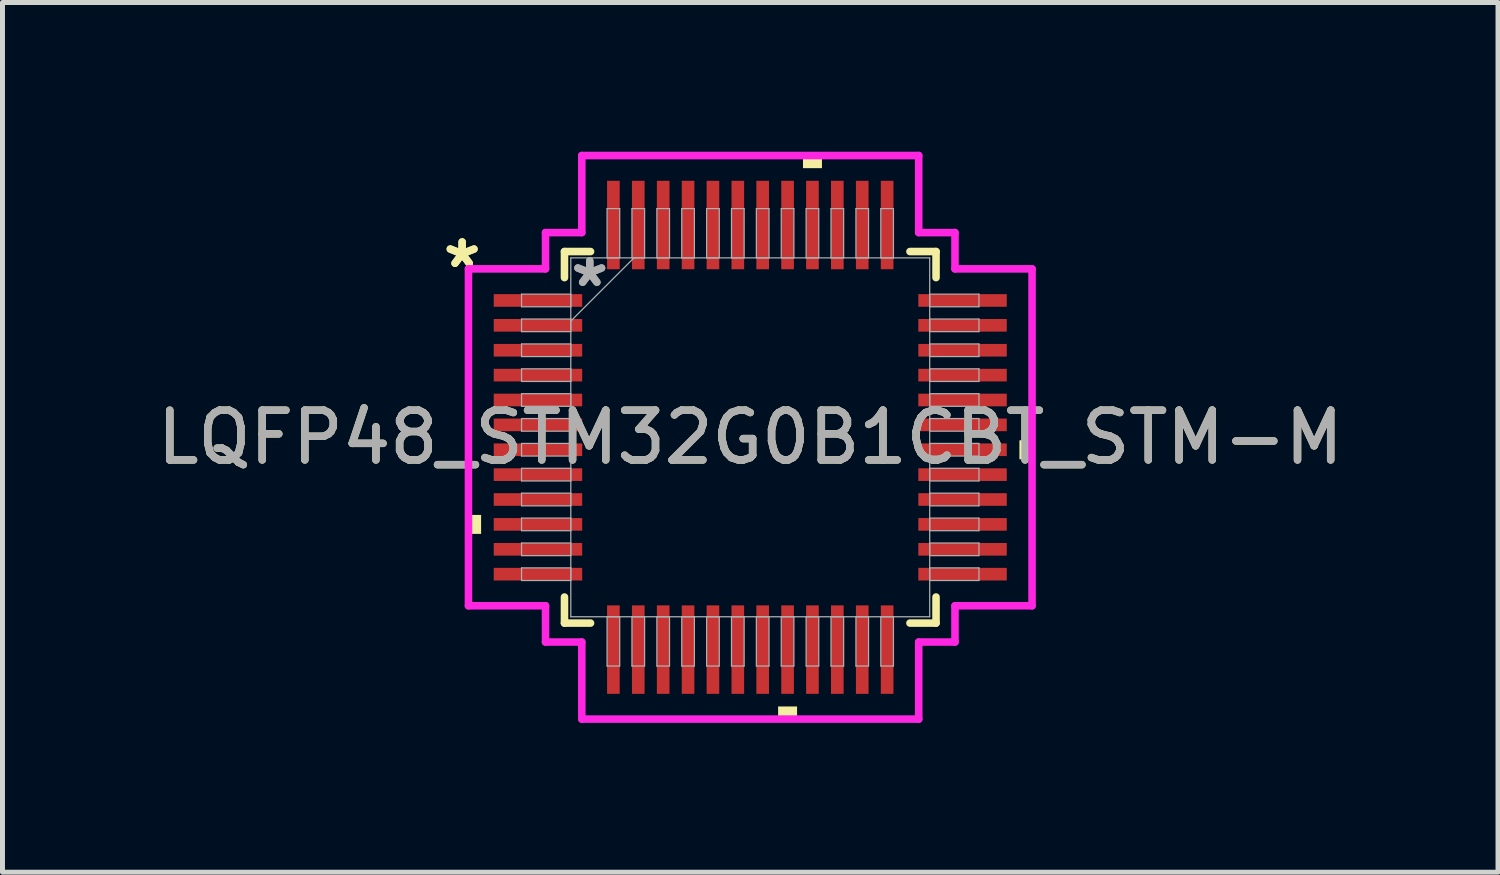
<source format=kicad_pcb>
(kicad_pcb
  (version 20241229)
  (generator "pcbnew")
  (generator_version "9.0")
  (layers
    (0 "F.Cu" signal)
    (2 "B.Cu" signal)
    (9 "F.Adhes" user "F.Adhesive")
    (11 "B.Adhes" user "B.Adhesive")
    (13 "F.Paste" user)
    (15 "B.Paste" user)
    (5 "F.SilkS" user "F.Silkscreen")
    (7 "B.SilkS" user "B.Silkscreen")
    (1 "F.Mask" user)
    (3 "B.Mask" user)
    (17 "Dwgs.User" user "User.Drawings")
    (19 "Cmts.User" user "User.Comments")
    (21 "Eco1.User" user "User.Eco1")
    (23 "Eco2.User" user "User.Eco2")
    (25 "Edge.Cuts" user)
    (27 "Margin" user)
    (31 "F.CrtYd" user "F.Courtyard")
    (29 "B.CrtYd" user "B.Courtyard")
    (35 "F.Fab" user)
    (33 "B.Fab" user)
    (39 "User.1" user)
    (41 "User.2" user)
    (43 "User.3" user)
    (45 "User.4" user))
  (footprint "LQFP48_STM32G0B1CBT_STM-M"
    (layer "F.Cu")
    (at 12.03 5.74)
    (property "Reference" "LQFP48_STM32G0B1CBT_STM-M" (at 0 0 0) (unlocked yes) (layer "F.SilkS") (effects (font (size 1 1) (thickness 0.15))))
    (attr smd)
    (fp_line (start -3.734 -3.734) (end -3.734 -3.21) (stroke (width 0.152) (type solid)) (layer "F.SilkS"))
    (fp_line (start -3.734 3.21) (end -3.734 3.734) (stroke (width 0.152) (type solid)) (layer "F.SilkS"))
    (fp_line (start -3.734 3.734) (end -3.21 3.734) (stroke (width 0.152) (type solid)) (layer "F.SilkS"))
    (fp_line (start -3.21 -3.734) (end -3.734 -3.734) (stroke (width 0.152) (type solid)) (layer "F.SilkS"))
    (fp_line (start 3.21 3.734) (end 3.734 3.734) (stroke (width 0.152) (type solid)) (layer "F.SilkS"))
    (fp_line (start 3.734 -3.734) (end 3.21 -3.734) (stroke (width 0.152) (type solid)) (layer "F.SilkS"))
    (fp_line (start 3.734 -3.21) (end 3.734 -3.734) (stroke (width 0.152) (type solid)) (layer "F.SilkS"))
    (fp_line (start 3.734 3.734) (end 3.734 3.21) (stroke (width 0.152) (type solid)) (layer "F.SilkS"))
    (fp_poly (pts (xy -5.664 1.56) (xy -5.664 1.941) (xy -5.41 1.941) (xy -5.41 1.56)) (stroke (width 0) (type solid)) (fill yes) (layer "F.SilkS"))
    (fp_poly (pts (xy 0.56 5.41) (xy 0.56 5.664) (xy 0.941 5.664) (xy 0.941 5.41)) (stroke (width 0) (type solid)) (fill yes) (layer "F.SilkS"))
    (fp_poly (pts (xy 1.06 -5.41) (xy 1.06 -5.664) (xy 1.441 -5.664) (xy 1.441 -5.41)) (stroke (width 0) (type solid)) (fill yes) (layer "F.SilkS"))
    (fp_poly (pts (xy 5.664 0.06) (xy 5.664 0.441) (xy 5.41 0.441) (xy 5.41 0.06)) (stroke (width 0) (type solid)) (fill yes) (layer "F.SilkS"))
    (fp_line (start -5.664 -3.386) (end -4.115 -3.386) (stroke (width 0.152) (type solid)) (layer "F.CrtYd"))
    (fp_line (start -5.664 3.386) (end -5.664 -3.386) (stroke (width 0.152) (type solid)) (layer "F.CrtYd"))
    (fp_line (start -4.115 -4.115) (end -3.386 -4.115) (stroke (width 0.152) (type solid)) (layer "F.CrtYd"))
    (fp_line (start -4.115 -3.386) (end -4.115 -4.115) (stroke (width 0.152) (type solid)) (layer "F.CrtYd"))
    (fp_line (start -4.115 3.386) (end -5.664 3.386) (stroke (width 0.152) (type solid)) (layer "F.CrtYd"))
    (fp_line (start -4.115 4.115) (end -4.115 3.386) (stroke (width 0.152) (type solid)) (layer "F.CrtYd"))
    (fp_line (start -4.115 4.115) (end -3.386 4.115) (stroke (width 0.152) (type solid)) (layer "F.CrtYd"))
    (fp_line (start -3.386 -5.664) (end 3.386 -5.664) (stroke (width 0.152) (type solid)) (layer "F.CrtYd"))
    (fp_line (start -3.386 -4.115) (end -3.386 -5.664) (stroke (width 0.152) (type solid)) (layer "F.CrtYd"))
    (fp_line (start -3.386 4.115) (end -3.386 5.664) (stroke (width 0.152) (type solid)) (layer "F.CrtYd"))
    (fp_line (start -3.386 5.664) (end 3.386 5.664) (stroke (width 0.152) (type solid)) (layer "F.CrtYd"))
    (fp_line (start 3.386 -5.664) (end 3.386 -4.115) (stroke (width 0.152) (type solid)) (layer "F.CrtYd"))
    (fp_line (start 3.386 -4.115) (end 4.115 -4.115) (stroke (width 0.152) (type solid)) (layer "F.CrtYd"))
    (fp_line (start 3.386 4.115) (end 4.115 4.115) (stroke (width 0.152) (type solid)) (layer "F.CrtYd"))
    (fp_line (start 3.386 5.664) (end 3.386 4.115) (stroke (width 0.152) (type solid)) (layer "F.CrtYd"))
    (fp_line (start 4.115 -3.386) (end 4.115 -4.115) (stroke (width 0.152) (type solid)) (layer "F.CrtYd"))
    (fp_line (start 4.115 3.386) (end 5.664 3.386) (stroke (width 0.152) (type solid)) (layer "F.CrtYd"))
    (fp_line (start 4.115 4.115) (end 4.115 3.386) (stroke (width 0.152) (type solid)) (layer "F.CrtYd"))
    (fp_line (start 5.664 -3.386) (end 4.115 -3.386) (stroke (width 0.152) (type solid)) (layer "F.CrtYd"))
    (fp_line (start 5.664 3.386) (end 5.664 -3.386) (stroke (width 0.152) (type solid)) (layer "F.CrtYd"))
    (fp_line (start -4.597 -2.878) (end -4.597 -2.624) (stroke (width 0.025) (type solid)) (layer "F.Fab"))
    (fp_line (start -4.597 -2.624) (end -3.607 -2.624) (stroke (width 0.025) (type solid)) (layer "F.Fab"))
    (fp_line (start -4.597 -2.378) (end -4.597 -2.124) (stroke (width 0.025) (type solid)) (layer "F.Fab"))
    (fp_line (start -4.597 -2.124) (end -3.607 -2.124) (stroke (width 0.025) (type solid)) (layer "F.Fab"))
    (fp_line (start -4.597 -1.877) (end -4.597 -1.623) (stroke (width 0.025) (type solid)) (layer "F.Fab"))
    (fp_line (start -4.597 -1.623) (end -3.607 -1.623) (stroke (width 0.025) (type solid)) (layer "F.Fab"))
    (fp_line (start -4.597 -1.377) (end -4.597 -1.123) (stroke (width 0.025) (type solid)) (layer "F.Fab"))
    (fp_line (start -4.597 -1.123) (end -3.607 -1.123) (stroke (width 0.025) (type solid)) (layer "F.Fab"))
    (fp_line (start -4.597 -0.877) (end -4.597 -0.623) (stroke (width 0.025) (type solid)) (layer "F.Fab"))
    (fp_line (start -4.597 -0.623) (end -3.607 -0.623) (stroke (width 0.025) (type solid)) (layer "F.Fab"))
    (fp_line (start -4.597 -0.377) (end -4.597 -0.123) (stroke (width 0.025) (type solid)) (layer "F.Fab"))
    (fp_line (start -4.597 -0.123) (end -3.607 -0.123) (stroke (width 0.025) (type solid)) (layer "F.Fab"))
    (fp_line (start -4.597 0.123) (end -4.597 0.377) (stroke (width 0.025) (type solid)) (layer "F.Fab"))
    (fp_line (start -4.597 0.377) (end -3.607 0.377) (stroke (width 0.025) (type solid)) (layer "F.Fab"))
    (fp_line (start -4.597 0.623) (end -4.597 0.877) (stroke (width 0.025) (type solid)) (layer "F.Fab"))
    (fp_line (start -4.597 0.877) (end -3.607 0.877) (stroke (width 0.025) (type solid)) (layer "F.Fab"))
    (fp_line (start -4.597 1.123) (end -4.597 1.377) (stroke (width 0.025) (type solid)) (layer "F.Fab"))
    (fp_line (start -4.597 1.377) (end -3.607 1.377) (stroke (width 0.025) (type solid)) (layer "F.Fab"))
    (fp_line (start -4.597 1.623) (end -4.597 1.877) (stroke (width 0.025) (type solid)) (layer "F.Fab"))
    (fp_line (start -4.597 1.877) (end -3.607 1.877) (stroke (width 0.025) (type solid)) (layer "F.Fab"))
    (fp_line (start -4.597 2.124) (end -4.597 2.378) (stroke (width 0.025) (type solid)) (layer "F.Fab"))
    (fp_line (start -4.597 2.378) (end -3.607 2.378) (stroke (width 0.025) (type solid)) (layer "F.Fab"))
    (fp_line (start -4.597 2.624) (end -4.597 2.878) (stroke (width 0.025) (type solid)) (layer "F.Fab"))
    (fp_line (start -4.597 2.878) (end -3.607 2.878) (stroke (width 0.025) (type solid)) (layer "F.Fab"))
    (fp_line (start -3.607 -3.607) (end -3.607 3.607) (stroke (width 0.025) (type solid)) (layer "F.Fab"))
    (fp_line (start -3.607 -2.878) (end -4.597 -2.878) (stroke (width 0.025) (type solid)) (layer "F.Fab"))
    (fp_line (start -3.607 -2.624) (end -3.607 -2.878) (stroke (width 0.025) (type solid)) (layer "F.Fab"))
    (fp_line (start -3.607 -2.378) (end -4.597 -2.378) (stroke (width 0.025) (type solid)) (layer "F.Fab"))
    (fp_line (start -3.607 -2.337) (end -2.337 -3.607) (stroke (width 0.025) (type solid)) (layer "F.Fab"))
    (fp_line (start -3.607 -2.124) (end -3.607 -2.378) (stroke (width 0.025) (type solid)) (layer "F.Fab"))
    (fp_line (start -3.607 -1.877) (end -4.597 -1.877) (stroke (width 0.025) (type solid)) (layer "F.Fab"))
    (fp_line (start -3.607 -1.623) (end -3.607 -1.877) (stroke (width 0.025) (type solid)) (layer "F.Fab"))
    (fp_line (start -3.607 -1.377) (end -4.597 -1.377) (stroke (width 0.025) (type solid)) (layer "F.Fab"))
    (fp_line (start -3.607 -1.123) (end -3.607 -1.377) (stroke (width 0.025) (type solid)) (layer "F.Fab"))
    (fp_line (start -3.607 -0.877) (end -4.597 -0.877) (stroke (width 0.025) (type solid)) (layer "F.Fab"))
    (fp_line (start -3.607 -0.623) (end -3.607 -0.877) (stroke (width 0.025) (type solid)) (layer "F.Fab"))
    (fp_line (start -3.607 -0.377) (end -4.597 -0.377) (stroke (width 0.025) (type solid)) (layer "F.Fab"))
    (fp_line (start -3.607 -0.123) (end -3.607 -0.377) (stroke (width 0.025) (type solid)) (layer "F.Fab"))
    (fp_line (start -3.607 0.123) (end -4.597 0.123) (stroke (width 0.025) (type solid)) (layer "F.Fab"))
    (fp_line (start -3.607 0.377) (end -3.607 0.123) (stroke (width 0.025) (type solid)) (layer "F.Fab"))
    (fp_line (start -3.607 0.623) (end -4.597 0.623) (stroke (width 0.025) (type solid)) (layer "F.Fab"))
    (fp_line (start -3.607 0.877) (end -3.607 0.623) (stroke (width 0.025) (type solid)) (layer "F.Fab"))
    (fp_line (start -3.607 1.123) (end -4.597 1.123) (stroke (width 0.025) (type solid)) (layer "F.Fab"))
    (fp_line (start -3.607 1.377) (end -3.607 1.123) (stroke (width 0.025) (type solid)) (layer "F.Fab"))
    (fp_line (start -3.607 1.623) (end -4.597 1.623) (stroke (width 0.025) (type solid)) (layer "F.Fab"))
    (fp_line (start -3.607 1.877) (end -3.607 1.623) (stroke (width 0.025) (type solid)) (layer "F.Fab"))
    (fp_line (start -3.607 2.124) (end -4.597 2.124) (stroke (width 0.025) (type solid)) (layer "F.Fab"))
    (fp_line (start -3.607 2.378) (end -3.607 2.124) (stroke (width 0.025) (type solid)) (layer "F.Fab"))
    (fp_line (start -3.607 2.624) (end -4.597 2.624) (stroke (width 0.025) (type solid)) (layer "F.Fab"))
    (fp_line (start -3.607 2.878) (end -3.607 2.624) (stroke (width 0.025) (type solid)) (layer "F.Fab"))
    (fp_line (start -3.607 3.607) (end 3.607 3.607) (stroke (width 0.025) (type solid)) (layer "F.Fab"))
    (fp_line (start -2.878 -4.597) (end -2.878 -3.607) (stroke (width 0.025) (type solid)) (layer "F.Fab"))
    (fp_line (start -2.878 -3.607) (end -2.624 -3.607) (stroke (width 0.025) (type solid)) (layer "F.Fab"))
    (fp_line (start -2.878 3.607) (end -2.878 4.597) (stroke (width 0.025) (type solid)) (layer "F.Fab"))
    (fp_line (start -2.878 4.597) (end -2.624 4.597) (stroke (width 0.025) (type solid)) (layer "F.Fab"))
    (fp_line (start -2.624 -4.597) (end -2.878 -4.597) (stroke (width 0.025) (type solid)) (layer "F.Fab"))
    (fp_line (start -2.624 -3.607) (end -2.624 -4.597) (stroke (width 0.025) (type solid)) (layer "F.Fab"))
    (fp_line (start -2.624 3.607) (end -2.878 3.607) (stroke (width 0.025) (type solid)) (layer "F.Fab"))
    (fp_line (start -2.624 4.597) (end -2.624 3.607) (stroke (width 0.025) (type solid)) (layer "F.Fab"))
    (fp_line (start -2.378 -4.597) (end -2.378 -3.607) (stroke (width 0.025) (type solid)) (layer "F.Fab"))
    (fp_line (start -2.378 -3.607) (end -2.124 -3.607) (stroke (width 0.025) (type solid)) (layer "F.Fab"))
    (fp_line (start -2.378 3.607) (end -2.378 4.597) (stroke (width 0.025) (type solid)) (layer "F.Fab"))
    (fp_line (start -2.378 4.597) (end -2.124 4.597) (stroke (width 0.025) (type solid)) (layer "F.Fab"))
    (fp_line (start -2.124 -4.597) (end -2.378 -4.597) (stroke (width 0.025) (type solid)) (layer "F.Fab"))
    (fp_line (start -2.124 -3.607) (end -2.124 -4.597) (stroke (width 0.025) (type solid)) (layer "F.Fab"))
    (fp_line (start -2.124 3.607) (end -2.378 3.607) (stroke (width 0.025) (type solid)) (layer "F.Fab"))
    (fp_line (start -2.124 4.597) (end -2.124 3.607) (stroke (width 0.025) (type solid)) (layer "F.Fab"))
    (fp_line (start -1.877 -4.597) (end -1.877 -3.607) (stroke (width 0.025) (type solid)) (layer "F.Fab"))
    (fp_line (start -1.877 -3.607) (end -1.623 -3.607) (stroke (width 0.025) (type solid)) (layer "F.Fab"))
    (fp_line (start -1.877 3.607) (end -1.877 4.597) (stroke (width 0.025) (type solid)) (layer "F.Fab"))
    (fp_line (start -1.877 4.597) (end -1.623 4.597) (stroke (width 0.025) (type solid)) (layer "F.Fab"))
    (fp_line (start -1.623 -4.597) (end -1.877 -4.597) (stroke (width 0.025) (type solid)) (layer "F.Fab"))
    (fp_line (start -1.623 -3.607) (end -1.623 -4.597) (stroke (width 0.025) (type solid)) (layer "F.Fab"))
    (fp_line (start -1.623 3.607) (end -1.877 3.607) (stroke (width 0.025) (type solid)) (layer "F.Fab"))
    (fp_line (start -1.623 4.597) (end -1.623 3.607) (stroke (width 0.025) (type solid)) (layer "F.Fab"))
    (fp_line (start -1.377 -4.597) (end -1.377 -3.607) (stroke (width 0.025) (type solid)) (layer "F.Fab"))
    (fp_line (start -1.377 -3.607) (end -1.123 -3.607) (stroke (width 0.025) (type solid)) (layer "F.Fab"))
    (fp_line (start -1.377 3.607) (end -1.377 4.597) (stroke (width 0.025) (type solid)) (layer "F.Fab"))
    (fp_line (start -1.377 4.597) (end -1.123 4.597) (stroke (width 0.025) (type solid)) (layer "F.Fab"))
    (fp_line (start -1.123 -4.597) (end -1.377 -4.597) (stroke (width 0.025) (type solid)) (layer "F.Fab"))
    (fp_line (start -1.123 -3.607) (end -1.123 -4.597) (stroke (width 0.025) (type solid)) (layer "F.Fab"))
    (fp_line (start -1.123 3.607) (end -1.377 3.607) (stroke (width 0.025) (type solid)) (layer "F.Fab"))
    (fp_line (start -1.123 4.597) (end -1.123 3.607) (stroke (width 0.025) (type solid)) (layer "F.Fab"))
    (fp_line (start -0.877 -4.597) (end -0.877 -3.607) (stroke (width 0.025) (type solid)) (layer "F.Fab"))
    (fp_line (start -0.877 -3.607) (end -0.623 -3.607) (stroke (width 0.025) (type solid)) (layer "F.Fab"))
    (fp_line (start -0.877 3.607) (end -0.877 4.597) (stroke (width 0.025) (type solid)) (layer "F.Fab"))
    (fp_line (start -0.877 4.597) (end -0.623 4.597) (stroke (width 0.025) (type solid)) (layer "F.Fab"))
    (fp_line (start -0.623 -4.597) (end -0.877 -4.597) (stroke (width 0.025) (type solid)) (layer "F.Fab"))
    (fp_line (start -0.623 -3.607) (end -0.623 -4.597) (stroke (width 0.025) (type solid)) (layer "F.Fab"))
    (fp_line (start -0.623 3.607) (end -0.877 3.607) (stroke (width 0.025) (type solid)) (layer "F.Fab"))
    (fp_line (start -0.623 4.597) (end -0.623 3.607) (stroke (width 0.025) (type solid)) (layer "F.Fab"))
    (fp_line (start -0.377 -4.597) (end -0.377 -3.607) (stroke (width 0.025) (type solid)) (layer "F.Fab"))
    (fp_line (start -0.377 -3.607) (end -0.123 -3.607) (stroke (width 0.025) (type solid)) (layer "F.Fab"))
    (fp_line (start -0.377 3.607) (end -0.377 4.597) (stroke (width 0.025) (type solid)) (layer "F.Fab"))
    (fp_line (start -0.377 4.597) (end -0.123 4.597) (stroke (width 0.025) (type solid)) (layer "F.Fab"))
    (fp_line (start -0.123 -4.597) (end -0.377 -4.597) (stroke (width 0.025) (type solid)) (layer "F.Fab"))
    (fp_line (start -0.123 -3.607) (end -0.123 -4.597) (stroke (width 0.025) (type solid)) (layer "F.Fab"))
    (fp_line (start -0.123 3.607) (end -0.377 3.607) (stroke (width 0.025) (type solid)) (layer "F.Fab"))
    (fp_line (start -0.123 4.597) (end -0.123 3.607) (stroke (width 0.025) (type solid)) (layer "F.Fab"))
    (fp_line (start 0.123 -4.597) (end 0.123 -3.607) (stroke (width 0.025) (type solid)) (layer "F.Fab"))
    (fp_line (start 0.123 -3.607) (end 0.377 -3.607) (stroke (width 0.025) (type solid)) (layer "F.Fab"))
    (fp_line (start 0.123 3.607) (end 0.123 4.597) (stroke (width 0.025) (type solid)) (layer "F.Fab"))
    (fp_line (start 0.123 4.597) (end 0.377 4.597) (stroke (width 0.025) (type solid)) (layer "F.Fab"))
    (fp_line (start 0.377 -4.597) (end 0.123 -4.597) (stroke (width 0.025) (type solid)) (layer "F.Fab"))
    (fp_line (start 0.377 -3.607) (end 0.377 -4.597) (stroke (width 0.025) (type solid)) (layer "F.Fab"))
    (fp_line (start 0.377 3.607) (end 0.123 3.607) (stroke (width 0.025) (type solid)) (layer "F.Fab"))
    (fp_line (start 0.377 4.597) (end 0.377 3.607) (stroke (width 0.025) (type solid)) (layer "F.Fab"))
    (fp_line (start 0.623 -4.597) (end 0.623 -3.607) (stroke (width 0.025) (type solid)) (layer "F.Fab"))
    (fp_line (start 0.623 -3.607) (end 0.877 -3.607) (stroke (width 0.025) (type solid)) (layer "F.Fab"))
    (fp_line (start 0.623 3.607) (end 0.623 4.597) (stroke (width 0.025) (type solid)) (layer "F.Fab"))
    (fp_line (start 0.623 4.597) (end 0.877 4.597) (stroke (width 0.025) (type solid)) (layer "F.Fab"))
    (fp_line (start 0.877 -4.597) (end 0.623 -4.597) (stroke (width 0.025) (type solid)) (layer "F.Fab"))
    (fp_line (start 0.877 -3.607) (end 0.877 -4.597) (stroke (width 0.025) (type solid)) (layer "F.Fab"))
    (fp_line (start 0.877 3.607) (end 0.623 3.607) (stroke (width 0.025) (type solid)) (layer "F.Fab"))
    (fp_line (start 0.877 4.597) (end 0.877 3.607) (stroke (width 0.025) (type solid)) (layer "F.Fab"))
    (fp_line (start 1.123 -4.597) (end 1.123 -3.607) (stroke (width 0.025) (type solid)) (layer "F.Fab"))
    (fp_line (start 1.123 -3.607) (end 1.377 -3.607) (stroke (width 0.025) (type solid)) (layer "F.Fab"))
    (fp_line (start 1.123 3.607) (end 1.123 4.597) (stroke (width 0.025) (type solid)) (layer "F.Fab"))
    (fp_line (start 1.123 4.597) (end 1.377 4.597) (stroke (width 0.025) (type solid)) (layer "F.Fab"))
    (fp_line (start 1.377 -4.597) (end 1.123 -4.597) (stroke (width 0.025) (type solid)) (layer "F.Fab"))
    (fp_line (start 1.377 -3.607) (end 1.377 -4.597) (stroke (width 0.025) (type solid)) (layer "F.Fab"))
    (fp_line (start 1.377 3.607) (end 1.123 3.607) (stroke (width 0.025) (type solid)) (layer "F.Fab"))
    (fp_line (start 1.377 4.597) (end 1.377 3.607) (stroke (width 0.025) (type solid)) (layer "F.Fab"))
    (fp_line (start 1.623 -4.597) (end 1.623 -3.607) (stroke (width 0.025) (type solid)) (layer "F.Fab"))
    (fp_line (start 1.623 -3.607) (end 1.877 -3.607) (stroke (width 0.025) (type solid)) (layer "F.Fab"))
    (fp_line (start 1.623 3.607) (end 1.623 4.597) (stroke (width 0.025) (type solid)) (layer "F.Fab"))
    (fp_line (start 1.623 4.597) (end 1.877 4.597) (stroke (width 0.025) (type solid)) (layer "F.Fab"))
    (fp_line (start 1.877 -4.597) (end 1.623 -4.597) (stroke (width 0.025) (type solid)) (layer "F.Fab"))
    (fp_line (start 1.877 -3.607) (end 1.877 -4.597) (stroke (width 0.025) (type solid)) (layer "F.Fab"))
    (fp_line (start 1.877 3.607) (end 1.623 3.607) (stroke (width 0.025) (type solid)) (layer "F.Fab"))
    (fp_line (start 1.877 4.597) (end 1.877 3.607) (stroke (width 0.025) (type solid)) (layer "F.Fab"))
    (fp_line (start 2.124 -4.597) (end 2.124 -3.607) (stroke (width 0.025) (type solid)) (layer "F.Fab"))
    (fp_line (start 2.124 -3.607) (end 2.378 -3.607) (stroke (width 0.025) (type solid)) (layer "F.Fab"))
    (fp_line (start 2.124 3.607) (end 2.124 4.597) (stroke (width 0.025) (type solid)) (layer "F.Fab"))
    (fp_line (start 2.124 4.597) (end 2.378 4.597) (stroke (width 0.025) (type solid)) (layer "F.Fab"))
    (fp_line (start 2.378 -4.597) (end 2.124 -4.597) (stroke (width 0.025) (type solid)) (layer "F.Fab"))
    (fp_line (start 2.378 -3.607) (end 2.378 -4.597) (stroke (width 0.025) (type solid)) (layer "F.Fab"))
    (fp_line (start 2.378 3.607) (end 2.124 3.607) (stroke (width 0.025) (type solid)) (layer "F.Fab"))
    (fp_line (start 2.378 4.597) (end 2.378 3.607) (stroke (width 0.025) (type solid)) (layer "F.Fab"))
    (fp_line (start 2.624 -4.597) (end 2.624 -3.607) (stroke (width 0.025) (type solid)) (layer "F.Fab"))
    (fp_line (start 2.624 -3.607) (end 2.878 -3.607) (stroke (width 0.025) (type solid)) (layer "F.Fab"))
    (fp_line (start 2.624 3.607) (end 2.624 4.597) (stroke (width 0.025) (type solid)) (layer "F.Fab"))
    (fp_line (start 2.624 4.597) (end 2.878 4.597) (stroke (width 0.025) (type solid)) (layer "F.Fab"))
    (fp_line (start 2.878 -4.597) (end 2.624 -4.597) (stroke (width 0.025) (type solid)) (layer "F.Fab"))
    (fp_line (start 2.878 -3.607) (end 2.878 -4.597) (stroke (width 0.025) (type solid)) (layer "F.Fab"))
    (fp_line (start 2.878 3.607) (end 2.624 3.607) (stroke (width 0.025) (type solid)) (layer "F.Fab"))
    (fp_line (start 2.878 4.597) (end 2.878 3.607) (stroke (width 0.025) (type solid)) (layer "F.Fab"))
    (fp_line (start 3.607 -3.607) (end -3.607 -3.607) (stroke (width 0.025) (type solid)) (layer "F.Fab"))
    (fp_line (start 3.607 -2.878) (end 3.607 -2.624) (stroke (width 0.025) (type solid)) (layer "F.Fab"))
    (fp_line (start 3.607 -2.624) (end 4.597 -2.624) (stroke (width 0.025) (type solid)) (layer "F.Fab"))
    (fp_line (start 3.607 -2.378) (end 3.607 -2.124) (stroke (width 0.025) (type solid)) (layer "F.Fab"))
    (fp_line (start 3.607 -2.124) (end 4.597 -2.124) (stroke (width 0.025) (type solid)) (layer "F.Fab"))
    (fp_line (start 3.607 -1.877) (end 3.607 -1.623) (stroke (width 0.025) (type solid)) (layer "F.Fab"))
    (fp_line (start 3.607 -1.623) (end 4.597 -1.623) (stroke (width 0.025) (type solid)) (layer "F.Fab"))
    (fp_line (start 3.607 -1.377) (end 3.607 -1.123) (stroke (width 0.025) (type solid)) (layer "F.Fab"))
    (fp_line (start 3.607 -1.123) (end 4.597 -1.123) (stroke (width 0.025) (type solid)) (layer "F.Fab"))
    (fp_line (start 3.607 -0.877) (end 3.607 -0.623) (stroke (width 0.025) (type solid)) (layer "F.Fab"))
    (fp_line (start 3.607 -0.623) (end 4.597 -0.623) (stroke (width 0.025) (type solid)) (layer "F.Fab"))
    (fp_line (start 3.607 -0.377) (end 3.607 -0.123) (stroke (width 0.025) (type solid)) (layer "F.Fab"))
    (fp_line (start 3.607 -0.123) (end 4.597 -0.123) (stroke (width 0.025) (type solid)) (layer "F.Fab"))
    (fp_line (start 3.607 0.123) (end 3.607 0.377) (stroke (width 0.025) (type solid)) (layer "F.Fab"))
    (fp_line (start 3.607 0.377) (end 4.597 0.377) (stroke (width 0.025) (type solid)) (layer "F.Fab"))
    (fp_line (start 3.607 0.623) (end 3.607 0.877) (stroke (width 0.025) (type solid)) (layer "F.Fab"))
    (fp_line (start 3.607 0.877) (end 4.597 0.877) (stroke (width 0.025) (type solid)) (layer "F.Fab"))
    (fp_line (start 3.607 1.123) (end 3.607 1.377) (stroke (width 0.025) (type solid)) (layer "F.Fab"))
    (fp_line (start 3.607 1.377) (end 4.597 1.377) (stroke (width 0.025) (type solid)) (layer "F.Fab"))
    (fp_line (start 3.607 1.623) (end 3.607 1.877) (stroke (width 0.025) (type solid)) (layer "F.Fab"))
    (fp_line (start 3.607 1.877) (end 4.597 1.877) (stroke (width 0.025) (type solid)) (layer "F.Fab"))
    (fp_line (start 3.607 2.124) (end 3.607 2.378) (stroke (width 0.025) (type solid)) (layer "F.Fab"))
    (fp_line (start 3.607 2.378) (end 4.597 2.378) (stroke (width 0.025) (type solid)) (layer "F.Fab"))
    (fp_line (start 3.607 2.624) (end 3.607 2.878) (stroke (width 0.025) (type solid)) (layer "F.Fab"))
    (fp_line (start 3.607 2.878) (end 4.597 2.878) (stroke (width 0.025) (type solid)) (layer "F.Fab"))
    (fp_line (start 3.607 3.607) (end 3.607 -3.607) (stroke (width 0.025) (type solid)) (layer "F.Fab"))
    (fp_line (start 4.597 -2.878) (end 3.607 -2.878) (stroke (width 0.025) (type solid)) (layer "F.Fab"))
    (fp_line (start 4.597 -2.624) (end 4.597 -2.878) (stroke (width 0.025) (type solid)) (layer "F.Fab"))
    (fp_line (start 4.597 -2.378) (end 3.607 -2.378) (stroke (width 0.025) (type solid)) (layer "F.Fab"))
    (fp_line (start 4.597 -2.124) (end 4.597 -2.378) (stroke (width 0.025) (type solid)) (layer "F.Fab"))
    (fp_line (start 4.597 -1.877) (end 3.607 -1.877) (stroke (width 0.025) (type solid)) (layer "F.Fab"))
    (fp_line (start 4.597 -1.623) (end 4.597 -1.877) (stroke (width 0.025) (type solid)) (layer "F.Fab"))
    (fp_line (start 4.597 -1.377) (end 3.607 -1.377) (stroke (width 0.025) (type solid)) (layer "F.Fab"))
    (fp_line (start 4.597 -1.123) (end 4.597 -1.377) (stroke (width 0.025) (type solid)) (layer "F.Fab"))
    (fp_line (start 4.597 -0.877) (end 3.607 -0.877) (stroke (width 0.025) (type solid)) (layer "F.Fab"))
    (fp_line (start 4.597 -0.623) (end 4.597 -0.877) (stroke (width 0.025) (type solid)) (layer "F.Fab"))
    (fp_line (start 4.597 -0.377) (end 3.607 -0.377) (stroke (width 0.025) (type solid)) (layer "F.Fab"))
    (fp_line (start 4.597 -0.123) (end 4.597 -0.377) (stroke (width 0.025) (type solid)) (layer "F.Fab"))
    (fp_line (start 4.597 0.123) (end 3.607 0.123) (stroke (width 0.025) (type solid)) (layer "F.Fab"))
    (fp_line (start 4.597 0.377) (end 4.597 0.123) (stroke (width 0.025) (type solid)) (layer "F.Fab"))
    (fp_line (start 4.597 0.623) (end 3.607 0.623) (stroke (width 0.025) (type solid)) (layer "F.Fab"))
    (fp_line (start 4.597 0.877) (end 4.597 0.623) (stroke (width 0.025) (type solid)) (layer "F.Fab"))
    (fp_line (start 4.597 1.123) (end 3.607 1.123) (stroke (width 0.025) (type solid)) (layer "F.Fab"))
    (fp_line (start 4.597 1.377) (end 4.597 1.123) (stroke (width 0.025) (type solid)) (layer "F.Fab"))
    (fp_line (start 4.597 1.623) (end 3.607 1.623) (stroke (width 0.025) (type solid)) (layer "F.Fab"))
    (fp_line (start 4.597 1.877) (end 4.597 1.623) (stroke (width 0.025) (type solid)) (layer "F.Fab"))
    (fp_line (start 4.597 2.124) (end 3.607 2.124) (stroke (width 0.025) (type solid)) (layer "F.Fab"))
    (fp_line (start 4.597 2.378) (end 4.597 2.124) (stroke (width 0.025) (type solid)) (layer "F.Fab"))
    (fp_line (start 4.597 2.624) (end 3.607 2.624) (stroke (width 0.025) (type solid)) (layer "F.Fab"))
    (fp_line (start 4.597 2.878) (end 4.597 2.624) (stroke (width 0.025) (type solid)) (layer "F.Fab"))
    (fp_text user "*" (at -5.791 -3.382 0) (unlocked yes) (layer "F.SilkS") (effects (font (size 1 1) (thickness 0.15))))
    (fp_text user "*" (at -5.791 -3.382 0) (layer "F.SilkS") (effects (font (size 1 1) (thickness 0.15))))
    (fp_text user "${REFERENCE}" (at 0 0 0) (unlocked yes) (layer "F.Fab") (effects (font (size 1 1) (thickness 0.15))))
    (fp_text user "*" (at -3.226 -3.001 0) (layer "F.Fab") (effects (font (size 1 1) (thickness 0.15))))
    (fp_text user "*" (at -3.226 -3.001 0) (unlocked yes) (layer "F.Fab") (effects (font (size 1 1) (thickness 0.15))))
    (pad "1" smd rect (at -4.267 -2.751 90) (size 0.254 1.778) (layers "F.Cu" "F.Mask" "F.Paste"))
    (pad "2" smd rect (at -4.267 -2.251 90) (size 0.254 1.778) (layers "F.Cu" "F.Mask" "F.Paste"))
    (pad "3" smd rect (at -4.267 -1.75 90) (size 0.254 1.778) (layers "F.Cu" "F.Mask" "F.Paste"))
    (pad "4" smd rect (at -4.267 -1.25 90) (size 0.254 1.778) (layers "F.Cu" "F.Mask" "F.Paste"))
    (pad "5" smd rect (at -4.267 -0.75 90) (size 0.254 1.778) (layers "F.Cu" "F.Mask" "F.Paste"))
    (pad "6" smd rect (at -4.267 -0.25 90) (size 0.254 1.778) (layers "F.Cu" "F.Mask" "F.Paste"))
    (pad "7" smd rect (at -4.267 0.25 90) (size 0.254 1.778) (layers "F.Cu" "F.Mask" "F.Paste"))
    (pad "8" smd rect (at -4.267 0.75 90) (size 0.254 1.778) (layers "F.Cu" "F.Mask" "F.Paste"))
    (pad "9" smd rect (at -4.267 1.25 90) (size 0.254 1.778) (layers "F.Cu" "F.Mask" "F.Paste"))
    (pad "10" smd rect (at -4.267 1.75 90) (size 0.254 1.778) (layers "F.Cu" "F.Mask" "F.Paste"))
    (pad "11" smd rect (at -4.267 2.251 90) (size 0.254 1.778) (layers "F.Cu" "F.Mask" "F.Paste"))
    (pad "12" smd rect (at -4.267 2.751 90) (size 0.254 1.778) (layers "F.Cu" "F.Mask" "F.Paste"))
    (pad "13" smd rect (at -2.751 4.267) (size 0.254 1.778) (layers "F.Cu" "F.Mask" "F.Paste"))
    (pad "14" smd rect (at -2.251 4.267) (size 0.254 1.778) (layers "F.Cu" "F.Mask" "F.Paste"))
    (pad "15" smd rect (at -1.75 4.267) (size 0.254 1.778) (layers "F.Cu" "F.Mask" "F.Paste"))
    (pad "16" smd rect (at -1.25 4.267) (size 0.254 1.778) (layers "F.Cu" "F.Mask" "F.Paste"))
    (pad "17" smd rect (at -0.75 4.267) (size 0.254 1.778) (layers "F.Cu" "F.Mask" "F.Paste"))
    (pad "18" smd rect (at -0.25 4.267) (size 0.254 1.778) (layers "F.Cu" "F.Mask" "F.Paste"))
    (pad "19" smd rect (at 0.25 4.267) (size 0.254 1.778) (layers "F.Cu" "F.Mask" "F.Paste"))
    (pad "20" smd rect (at 0.75 4.267) (size 0.254 1.778) (layers "F.Cu" "F.Mask" "F.Paste"))
    (pad "21" smd rect (at 1.25 4.267) (size 0.254 1.778) (layers "F.Cu" "F.Mask" "F.Paste"))
    (pad "22" smd rect (at 1.75 4.267) (size 0.254 1.778) (layers "F.Cu" "F.Mask" "F.Paste"))
    (pad "23" smd rect (at 2.251 4.267) (size 0.254 1.778) (layers "F.Cu" "F.Mask" "F.Paste"))
    (pad "24" smd rect (at 2.751 4.267) (size 0.254 1.778) (layers "F.Cu" "F.Mask" "F.Paste"))
    (pad "25" smd rect (at 4.267 2.751 90) (size 0.254 1.778) (layers "F.Cu" "F.Mask" "F.Paste"))
    (pad "26" smd rect (at 4.267 2.251 90) (size 0.254 1.778) (layers "F.Cu" "F.Mask" "F.Paste"))
    (pad "27" smd rect (at 4.267 1.75 90) (size 0.254 1.778) (layers "F.Cu" "F.Mask" "F.Paste"))
    (pad "28" smd rect (at 4.267 1.25 90) (size 0.254 1.778) (layers "F.Cu" "F.Mask" "F.Paste"))
    (pad "29" smd rect (at 4.267 0.75 90) (size 0.254 1.778) (layers "F.Cu" "F.Mask" "F.Paste"))
    (pad "30" smd rect (at 4.267 0.25 90) (size 0.254 1.778) (layers "F.Cu" "F.Mask" "F.Paste"))
    (pad "31" smd rect (at 4.267 -0.25 90) (size 0.254 1.778) (layers "F.Cu" "F.Mask" "F.Paste"))
    (pad "32" smd rect (at 4.267 -0.75 90) (size 0.254 1.778) (layers "F.Cu" "F.Mask" "F.Paste"))
    (pad "33" smd rect (at 4.267 -1.25 90) (size 0.254 1.778) (layers "F.Cu" "F.Mask" "F.Paste"))
    (pad "34" smd rect (at 4.267 -1.75 90) (size 0.254 1.778) (layers "F.Cu" "F.Mask" "F.Paste"))
    (pad "35" smd rect (at 4.267 -2.251 90) (size 0.254 1.778) (layers "F.Cu" "F.Mask" "F.Paste"))
    (pad "36" smd rect (at 4.267 -2.751 90) (size 0.254 1.778) (layers "F.Cu" "F.Mask" "F.Paste"))
    (pad "37" smd rect (at 2.751 -4.267) (size 0.254 1.778) (layers "F.Cu" "F.Mask" "F.Paste"))
    (pad "38" smd rect (at 2.251 -4.267) (size 0.254 1.778) (layers "F.Cu" "F.Mask" "F.Paste"))
    (pad "39" smd rect (at 1.75 -4.267) (size 0.254 1.778) (layers "F.Cu" "F.Mask" "F.Paste"))
    (pad "40" smd rect (at 1.25 -4.267) (size 0.254 1.778) (layers "F.Cu" "F.Mask" "F.Paste"))
    (pad "41" smd rect (at 0.75 -4.267) (size 0.254 1.778) (layers "F.Cu" "F.Mask" "F.Paste"))
    (pad "42" smd rect (at 0.25 -4.267) (size 0.254 1.778) (layers "F.Cu" "F.Mask" "F.Paste"))
    (pad "43" smd rect (at -0.25 -4.267) (size 0.254 1.778) (layers "F.Cu" "F.Mask" "F.Paste"))
    (pad "44" smd rect (at -0.75 -4.267) (size 0.254 1.778) (layers "F.Cu" "F.Mask" "F.Paste"))
    (pad "45" smd rect (at -1.25 -4.267) (size 0.254 1.778) (layers "F.Cu" "F.Mask" "F.Paste"))
    (pad "46" smd rect (at -1.75 -4.267) (size 0.254 1.778) (layers "F.Cu" "F.Mask" "F.Paste"))
    (pad "47" smd rect (at -2.251 -4.267) (size 0.254 1.778) (layers "F.Cu" "F.Mask" "F.Paste"))
    (pad "48" smd rect (at -2.751 -4.267) (size 0.254 1.778) (layers "F.Cu" "F.Mask" "F.Paste")))
  (gr_rect
    (start -3 -3)
    (end 27.06 14.481)
    (stroke (width 0.1) (type default))
    (fill no)
    (layer "Edge.Cuts")))
</source>
